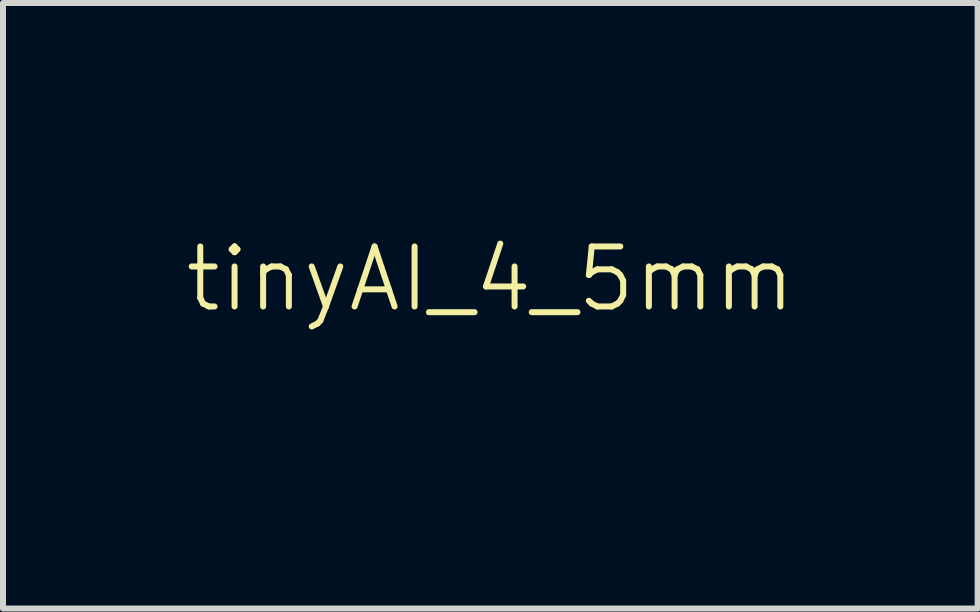
<source format=kicad_pcb>
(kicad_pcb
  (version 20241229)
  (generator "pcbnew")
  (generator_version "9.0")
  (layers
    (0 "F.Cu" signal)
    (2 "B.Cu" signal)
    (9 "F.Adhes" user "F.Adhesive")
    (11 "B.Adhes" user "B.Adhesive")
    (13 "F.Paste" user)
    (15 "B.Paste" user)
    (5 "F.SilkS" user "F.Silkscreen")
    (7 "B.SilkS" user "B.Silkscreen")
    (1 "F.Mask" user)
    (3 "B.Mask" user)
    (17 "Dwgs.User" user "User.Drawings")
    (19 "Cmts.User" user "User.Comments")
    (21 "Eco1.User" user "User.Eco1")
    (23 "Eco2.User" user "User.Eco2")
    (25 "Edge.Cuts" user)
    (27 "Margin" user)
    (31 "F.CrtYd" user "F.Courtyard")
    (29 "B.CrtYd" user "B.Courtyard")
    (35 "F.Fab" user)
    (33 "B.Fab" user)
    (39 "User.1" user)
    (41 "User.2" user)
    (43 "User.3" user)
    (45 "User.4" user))
  (footprint "tinyAI_4_5mm"
    (layer "F.Cu")
    (at 5.121 2.1)
    (property "Reference" "tinyAI_4_5mm" (at 0 -0.5 0) (unlocked yes) (layer "F.SilkS") (effects (font (size 1 1) (thickness 0.1))))
    (attr board_only exclude_from_pos_files exclude_from_bom)
    (fp_poly (pts (xy 0.005 -0.609) (xy -0.552 -1.574) (xy 0.562 -1.574)) (stroke (width 0) (type solid)) (fill yes) (layer "F.Mask"))
    (fp_poly (pts (xy -4.186 1.643) (xy -4.303 1.643) (xy -4.303 0.661) (xy -4.186 0.661)) (stroke (width 0) (type solid)) (fill yes) (layer "F.Mask"))
    (fp_poly (pts (xy -4.178 0.454) (xy -4.313 0.454) (xy -4.313 0.315) (xy -4.178 0.315)) (stroke (width 0) (type solid)) (fill yes) (layer "F.Mask"))
    (fp_poly (pts (xy -0.896 0.578) (xy -1.185 0.578) (xy -1.185 0.289) (xy -0.896 0.289)) (stroke (width 0) (type solid)) (fill yes) (layer "F.Mask"))
    (fp_poly (pts (xy -0.896 1.643) (xy -1.185 1.643) (xy -1.185 0.661) (xy -0.896 0.661)) (stroke (width 0) (type solid)) (fill yes) (layer "F.Mask"))
    (fp_poly (pts (xy 0.574 0.578) (xy 0.285 0.578) (xy 0.285 0.289) (xy 0.574 0.289)) (stroke (width 0) (type solid)) (fill yes) (layer "F.Mask"))
    (fp_poly (pts (xy 0.574 1.643) (xy 0.285 1.643) (xy 0.285 0.661) (xy 0.574 0.661)) (stroke (width 0) (type solid)) (fill yes) (layer "F.Mask"))
    (fp_poly (pts (xy 3.26 1.643) (xy 2.959 1.643) (xy 2.959 1.343) (xy 3.26 1.343)) (stroke (width 0) (type solid)) (fill yes) (layer "F.Mask"))
    (fp_poly (pts (xy 4.852 0.578) (xy 4.563 0.578) (xy 4.563 0.289) (xy 4.852 0.289)) (stroke (width 0) (type solid)) (fill yes) (layer "F.Mask"))
    (fp_poly (pts (xy 4.852 1.643) (xy 4.563 1.643) (xy 4.563 0.661) (xy 4.852 0.661)) (stroke (width 0) (type solid)) (fill yes) (layer "F.Mask"))
    (fp_poly (pts (xy -1.717 1.283) (xy -1.524 0.661) (xy -1.309 0.661) (xy -1.646 1.643) (xy -1.871 1.643) (xy -2.207 0.661) (xy -1.907 0.661)) (stroke (width 0) (type solid)) (fill yes) (layer "F.Mask"))
    (fp_poly (pts (xy 0.063 -2.004) (xy 0.167 -1.991) (xy 0.274 -1.967) (xy 0.383 -1.93) (xy 0.495 -1.88) (xy 0.61 -1.815) (xy 0.726 -1.735) (xy 0.845 -1.638) (xy 0.966 -1.524) (xy 1.088 -1.392) (xy 1.212 -1.241) (xy 1.159 -1.169) (xy 1.095 -1.091) (xy 1.008 -0.995) (xy 0.901 -0.889) (xy 0.774 -0.78) (xy 0.703 -0.727) (xy 0.629 -0.676) (xy 0.55 -0.629) (xy 0.468 -0.585) (xy 0.382 -0.547) (xy 0.292 -0.515) (xy 0.199 -0.49) (xy 0.104 -0.473) (xy 0.005 -0.464) (xy -0.096 -0.466) (xy -0.199 -0.479) (xy -0.305 -0.503) (xy -0.412 -0.541) (xy -0.522 -0.592) (xy -0.633 -0.657) (xy -0.745 -0.739) (xy -0.858 -0.837) (xy -0.972 -0.953) (xy -1.087 -1.087) (xy -1.203 -1.241) (xy -1.154 -1.311) (xy -1.094 -1.388) (xy -1.013 -1.483) (xy -0.911 -1.587) (xy -0.79 -1.695) (xy -0.722 -1.747) (xy -0.65 -1.797) (xy -0.574 -1.844) (xy -0.494 -1.886) (xy -0.41 -1.924) (xy -0.323 -1.956) (xy -0.231 -1.98) (xy -0.137 -1.997) (xy -0.039 -2.005)) (stroke (width 0.189) (type solid) (color 133 140 146 1)) (fill no) (layer "F.Mask"))
    (fp_poly (pts (xy -2.608 1.466) (xy -2.313 0.661) (xy -2.203 0.661) (xy -2.604 1.749) (xy -2.616 1.78) (xy -2.629 1.809) (xy -2.642 1.836) (xy -2.656 1.86) (xy -2.671 1.882) (xy -2.686 1.902) (xy -2.694 1.911) (xy -2.702 1.92) (xy -2.711 1.928) (xy -2.719 1.935) (xy -2.728 1.943) (xy -2.737 1.949) (xy -2.747 1.955) (xy -2.756 1.961) (xy -2.766 1.966) (xy -2.777 1.971) (xy -2.787 1.975) (xy -2.798 1.978) (xy -2.809 1.982) (xy -2.82 1.984) (xy -2.832 1.987) (xy -2.844 1.989) (xy -2.869 1.991) (xy -2.895 1.992) (xy -2.909 1.992) (xy -2.923 1.991) (xy -2.929 1.991) (xy -2.936 1.99) (xy -2.942 1.989) (xy -2.949 1.988) (xy -2.956 1.987) (xy -2.963 1.986) (xy -2.978 1.983) (xy -2.994 1.979) (xy -3.012 1.974) (xy -3.012 1.876) (xy -2.993 1.881) (xy -2.977 1.885) (xy -2.962 1.888) (xy -2.948 1.891) (xy -2.935 1.892) (xy -2.923 1.894) (xy -2.911 1.894) (xy -2.899 1.894) (xy -2.89 1.894) (xy -2.882 1.894) (xy -2.874 1.893) (xy -2.866 1.892) (xy -2.858 1.891) (xy -2.851 1.889) (xy -2.843 1.887) (xy -2.836 1.884) (xy -2.829 1.882) (xy -2.822 1.879) (xy -2.815 1.875) (xy -2.809 1.871) (xy -2.802 1.867) (xy -2.796 1.863) (xy -2.79 1.858) (xy -2.784 1.853) (xy -2.778 1.847) (xy -2.772 1.841) (xy -2.766 1.835) (xy -2.761 1.828) (xy -2.755 1.821) (xy -2.75 1.814) (xy -2.74 1.798) (xy -2.73 1.78) (xy -2.72 1.761) (xy -2.711 1.74) (xy -2.701 1.717) (xy -2.668 1.627) (xy -3 0.661) (xy -2.877 0.661)) (stroke (width 0) (type solid)) (fill yes) (layer "F.Mask"))
    (fp_poly (pts (xy -4.76 0.661) (xy -4.529 0.661) (xy -4.529 0.755) (xy -4.76 0.755) (xy -4.76 1.366) (xy -4.759 1.394) (xy -4.757 1.42) (xy -4.754 1.444) (xy -4.752 1.455) (xy -4.75 1.465) (xy -4.747 1.475) (xy -4.744 1.484) (xy -4.741 1.493) (xy -4.737 1.502) (xy -4.733 1.509) (xy -4.729 1.517) (xy -4.724 1.524) (xy -4.719 1.53) (xy -4.713 1.536) (xy -4.707 1.542) (xy -4.701 1.547) (xy -4.694 1.552) (xy -4.687 1.556) (xy -4.68 1.56) (xy -4.671 1.563) (xy -4.663 1.567) (xy -4.654 1.569) (xy -4.645 1.571) (xy -4.635 1.573) (xy -4.624 1.575) (xy -4.602 1.577) (xy -4.578 1.578) (xy -4.566 1.578) (xy -4.554 1.577) (xy -4.542 1.577) (xy -4.529 1.576) (xy -4.516 1.574) (xy -4.501 1.573) (xy -4.485 1.57) (xy -4.467 1.568) (xy -4.467 1.661) (xy -4.492 1.665) (xy -4.514 1.667) (xy -4.533 1.669) (xy -4.55 1.671) (xy -4.566 1.672) (xy -4.579 1.673) (xy -4.592 1.673) (xy -4.604 1.673) (xy -4.621 1.673) (xy -4.638 1.672) (xy -4.654 1.671) (xy -4.669 1.669) (xy -4.684 1.666) (xy -4.698 1.663) (xy -4.712 1.659) (xy -4.725 1.654) (xy -4.738 1.649) (xy -4.75 1.644) (xy -4.761 1.637) (xy -4.772 1.631) (xy -4.782 1.623) (xy -4.792 1.615) (xy -4.801 1.606) (xy -4.81 1.597) (xy -4.818 1.587) (xy -4.826 1.577) (xy -4.833 1.565) (xy -4.84 1.554) (xy -4.846 1.541) (xy -4.851 1.528) (xy -4.856 1.514) (xy -4.861 1.5) (xy -4.864 1.485) (xy -4.868 1.47) (xy -4.871 1.453) (xy -4.873 1.436) (xy -4.875 1.419) (xy -4.876 1.401) (xy -4.877 1.362) (xy -4.877 0.755) (xy -5.076 0.755) (xy -5.076 0.661) (xy -4.885 0.661) (xy -4.885 0.418) (xy -4.76 0.406)) (stroke (width 0) (type solid)) (fill yes) (layer "F.Mask"))
    (fp_poly (pts (xy -3.412 0.634) (xy -3.391 0.636) (xy -3.371 0.638) (xy -3.352 0.642) (xy -3.333 0.647) (xy -3.315 0.653) (xy -3.297 0.66) (xy -3.28 0.668) (xy -3.264 0.677) (xy -3.248 0.687) (xy -3.234 0.699) (xy -3.22 0.711) (xy -3.207 0.724) (xy -3.195 0.738) (xy -3.184 0.753) (xy -3.174 0.769) (xy -3.167 0.78) (xy -3.161 0.791) (xy -3.156 0.804) (xy -3.15 0.816) (xy -3.146 0.83) (xy -3.142 0.844) (xy -3.138 0.858) (xy -3.134 0.874) (xy -3.131 0.89) (xy -3.129 0.906) (xy -3.127 0.924) (xy -3.125 0.942) (xy -3.124 0.96) (xy -3.123 0.98) (xy -3.122 1.001) (xy -3.122 1.022) (xy -3.122 1.643) (xy -3.239 1.643) (xy -3.239 1.02) (xy -3.24 0.984) (xy -3.242 0.95) (xy -3.246 0.919) (xy -3.252 0.891) (xy -3.259 0.865) (xy -3.263 0.852) (xy -3.267 0.841) (xy -3.272 0.83) (xy -3.277 0.82) (xy -3.283 0.81) (xy -3.289 0.801) (xy -3.296 0.792) (xy -3.302 0.784) (xy -3.31 0.777) (xy -3.318 0.77) (xy -3.326 0.764) (xy -3.334 0.758) (xy -3.343 0.753) (xy -3.353 0.748) (xy -3.363 0.744) (xy -3.373 0.741) (xy -3.384 0.738) (xy -3.395 0.735) (xy -3.407 0.733) (xy -3.419 0.732) (xy -3.445 0.731) (xy -3.461 0.731) (xy -3.478 0.733) (xy -3.494 0.735) (xy -3.509 0.738) (xy -3.525 0.742) (xy -3.54 0.747) (xy -3.554 0.752) (xy -3.569 0.759) (xy -3.582 0.766) (xy -3.596 0.774) (xy -3.609 0.782) (xy -3.621 0.792) (xy -3.633 0.802) (xy -3.645 0.812) (xy -3.656 0.824) (xy -3.666 0.836) (xy -3.676 0.848) (xy -3.686 0.862) (xy -3.695 0.876) (xy -3.703 0.89) (xy -3.711 0.905) (xy -3.718 0.921) (xy -3.725 0.937) (xy -3.73 0.954) (xy -3.736 0.971) (xy -3.74 0.988) (xy -3.744 1.007) (xy -3.748 1.025) (xy -3.75 1.044) (xy -3.752 1.064) (xy -3.753 1.083) (xy -3.753 1.103) (xy -3.753 1.643) (xy -3.871 1.643) (xy -3.871 0.661) (xy -3.753 0.661) (xy -3.753 0.846) (xy -3.739 0.82) (xy -3.724 0.796) (xy -3.709 0.773) (xy -3.692 0.752) (xy -3.684 0.742) (xy -3.675 0.733) (xy -3.666 0.724) (xy -3.657 0.715) (xy -3.648 0.707) (xy -3.639 0.699) (xy -3.629 0.692) (xy -3.619 0.685) (xy -3.609 0.679) (xy -3.599 0.673) (xy -3.588 0.668) (xy -3.578 0.662) (xy -3.567 0.658) (xy -3.556 0.653) (xy -3.545 0.65) (xy -3.533 0.646) (xy -3.521 0.643) (xy -3.509 0.641) (xy -3.497 0.638) (xy -3.485 0.636) (xy -3.459 0.634) (xy -3.433 0.633)) (stroke (width 0) (type solid)) (fill yes) (layer "F.Mask"))
    (fp_poly (pts (xy 0.039 -1.916) (xy 0.073 -1.913) (xy 0.107 -1.909) (xy 0.14 -1.903) (xy 0.172 -1.896) (xy 0.204 -1.887) (xy 0.235 -1.876) (xy 0.266 -1.864) (xy 0.295 -1.851) (xy 0.324 -1.836) (xy 0.352 -1.82) (xy 0.38 -1.802) (xy 0.406 -1.783) (xy 0.431 -1.764) (xy 0.456 -1.742) (xy 0.479 -1.72) (xy 0.501 -1.697) (xy 0.522 -1.673) (xy 0.542 -1.647) (xy 0.561 -1.621) (xy 0.578 -1.594) (xy 0.594 -1.566) (xy 0.609 -1.537) (xy 0.623 -1.507) (xy 0.635 -1.477) (xy 0.645 -1.445) (xy 0.654 -1.414) (xy 0.662 -1.381) (xy 0.668 -1.348) (xy 0.672 -1.314) (xy 0.675 -1.28) (xy 0.675 -1.246) (xy 0.675 -1.211) (xy 0.672 -1.177) (xy 0.668 -1.144) (xy 0.662 -1.111) (xy 0.654 -1.078) (xy 0.645 -1.046) (xy 0.635 -1.015) (xy 0.623 -0.985) (xy 0.609 -0.955) (xy 0.594 -0.926) (xy 0.578 -0.898) (xy 0.561 -0.871) (xy 0.542 -0.844) (xy 0.522 -0.819) (xy 0.501 -0.795) (xy 0.479 -0.771) (xy 0.456 -0.749) (xy 0.431 -0.728) (xy 0.406 -0.708) (xy 0.38 -0.69) (xy 0.352 -0.672) (xy 0.324 -0.656) (xy 0.295 -0.641) (xy 0.266 -0.628) (xy 0.235 -0.616) (xy 0.204 -0.605) (xy 0.172 -0.596) (xy 0.14 -0.589) (xy 0.107 -0.583) (xy 0.073 -0.578) (xy 0.039 -0.576) (xy 0.005 -0.575) (xy -0.03 -0.576) (xy -0.064 -0.578) (xy -0.098 -0.583) (xy -0.131 -0.589) (xy -0.163 -0.596) (xy -0.195 -0.605) (xy -0.226 -0.616) (xy -0.257 -0.628) (xy -0.286 -0.641) (xy -0.315 -0.656) (xy -0.343 -0.672) (xy -0.371 -0.69) (xy -0.397 -0.708) (xy -0.422 -0.728) (xy -0.447 -0.749) (xy -0.47 -0.771) (xy -0.492 -0.795) (xy -0.513 -0.819) (xy -0.533 -0.844) (xy -0.552 -0.871) (xy -0.569 -0.898) (xy -0.585 -0.926) (xy -0.6 -0.955) (xy -0.614 -0.985) (xy -0.626 -1.015) (xy -0.636 -1.046) (xy -0.645 -1.078) (xy -0.653 -1.111) (xy -0.659 -1.144) (xy -0.663 -1.177) (xy -0.665 -1.211) (xy -0.666 -1.246) (xy -0.665 -1.28) (xy -0.663 -1.314) (xy -0.659 -1.348) (xy -0.653 -1.381) (xy -0.645 -1.414) (xy -0.636 -1.445) (xy -0.626 -1.477) (xy -0.614 -1.507) (xy -0.6 -1.537) (xy -0.585 -1.566) (xy -0.569 -1.594) (xy -0.552 -1.621) (xy -0.533 -1.647) (xy -0.513 -1.673) (xy -0.492 -1.697) (xy -0.47 -1.72) (xy -0.447 -1.742) (xy -0.422 -1.764) (xy -0.397 -1.783) (xy -0.371 -1.802) (xy -0.343 -1.82) (xy -0.315 -1.836) (xy -0.286 -1.851) (xy -0.257 -1.864) (xy -0.226 -1.876) (xy -0.195 -1.887) (xy -0.163 -1.896) (xy -0.131 -1.903) (xy -0.098 -1.909) (xy -0.064 -1.913) (xy -0.03 -1.916) (xy 0.005 -1.917)) (stroke (width 0) (type solid)) (fill yes) (layer "F.Mask"))
    (fp_poly (pts (xy 0.039 -1.916) (xy 0.073 -1.913) (xy 0.107 -1.909) (xy 0.14 -1.903) (xy 0.172 -1.896) (xy 0.204 -1.887) (xy 0.235 -1.876) (xy 0.266 -1.864) (xy 0.295 -1.851) (xy 0.324 -1.836) (xy 0.352 -1.82) (xy 0.38 -1.802) (xy 0.406 -1.783) (xy 0.431 -1.764) (xy 0.456 -1.742) (xy 0.479 -1.72) (xy 0.501 -1.697) (xy 0.522 -1.673) (xy 0.542 -1.647) (xy 0.561 -1.621) (xy 0.578 -1.594) (xy 0.594 -1.566) (xy 0.609 -1.537) (xy 0.623 -1.507) (xy 0.635 -1.477) (xy 0.645 -1.445) (xy 0.654 -1.414) (xy 0.662 -1.381) (xy 0.668 -1.348) (xy 0.672 -1.314) (xy 0.675 -1.28) (xy 0.675 -1.246) (xy 0.675 -1.211) (xy 0.672 -1.177) (xy 0.668 -1.144) (xy 0.662 -1.111) (xy 0.654 -1.078) (xy 0.645 -1.046) (xy 0.635 -1.015) (xy 0.623 -0.985) (xy 0.609 -0.955) (xy 0.594 -0.926) (xy 0.578 -0.898) (xy 0.561 -0.871) (xy 0.542 -0.844) (xy 0.522 -0.819) (xy 0.501 -0.795) (xy 0.479 -0.771) (xy 0.456 -0.749) (xy 0.431 -0.728) (xy 0.406 -0.708) (xy 0.38 -0.69) (xy 0.352 -0.672) (xy 0.324 -0.656) (xy 0.295 -0.641) (xy 0.266 -0.628) (xy 0.235 -0.616) (xy 0.204 -0.605) (xy 0.172 -0.596) (xy 0.14 -0.589) (xy 0.107 -0.583) (xy 0.073 -0.578) (xy 0.039 -0.576) (xy 0.005 -0.575) (xy -0.03 -0.576) (xy -0.064 -0.578) (xy -0.098 -0.583) (xy -0.131 -0.589) (xy -0.163 -0.596) (xy -0.195 -0.605) (xy -0.226 -0.616) (xy -0.257 -0.628) (xy -0.286 -0.641) (xy -0.315 -0.656) (xy -0.343 -0.672) (xy -0.371 -0.69) (xy -0.397 -0.708) (xy -0.422 -0.728) (xy -0.447 -0.749) (xy -0.47 -0.771) (xy -0.492 -0.795) (xy -0.513 -0.819) (xy -0.533 -0.844) (xy -0.552 -0.871) (xy -0.569 -0.898) (xy -0.585 -0.926) (xy -0.6 -0.955) (xy -0.614 -0.985) (xy -0.626 -1.015) (xy -0.636 -1.046) (xy -0.645 -1.078) (xy -0.653 -1.111) (xy -0.659 -1.144) (xy -0.663 -1.177) (xy -0.665 -1.211) (xy -0.666 -1.246) (xy -0.665 -1.28) (xy -0.663 -1.314) (xy -0.659 -1.348) (xy -0.653 -1.381) (xy -0.645 -1.414) (xy -0.636 -1.445) (xy -0.626 -1.477) (xy -0.614 -1.507) (xy -0.6 -1.537) (xy -0.585 -1.566) (xy -0.569 -1.594) (xy -0.552 -1.621) (xy -0.533 -1.647) (xy -0.513 -1.673) (xy -0.492 -1.697) (xy -0.47 -1.72) (xy -0.447 -1.742) (xy -0.422 -1.764) (xy -0.397 -1.783) (xy -0.371 -1.802) (xy -0.343 -1.82) (xy -0.315 -1.836) (xy -0.286 -1.851) (xy -0.257 -1.864) (xy -0.226 -1.876) (xy -0.195 -1.887) (xy -0.163 -1.896) (xy -0.131 -1.903) (xy -0.098 -1.909) (xy -0.064 -1.913) (xy -0.03 -1.916) (xy 0.005 -1.917)) (stroke (width 0.189) (type solid) (color 133 140 146 1)) (fill no) (layer "F.Mask"))
    (fp_poly (pts (xy 2.453 0.642) (xy 2.471 0.643) (xy 2.489 0.645) (xy 2.506 0.648) (xy 2.523 0.651) (xy 2.539 0.655) (xy 2.555 0.66) (xy 2.57 0.666) (xy 2.585 0.672) (xy 2.599 0.68) (xy 2.612 0.687) (xy 2.624 0.696) (xy 2.636 0.705) (xy 2.648 0.715) (xy 2.658 0.726) (xy 2.668 0.737) (xy 2.676 0.748) (xy 2.684 0.76) (xy 2.691 0.772) (xy 2.698 0.785) (xy 2.703 0.799) (xy 2.709 0.813) (xy 2.714 0.828) (xy 2.718 0.845) (xy 2.722 0.862) (xy 2.725 0.88) (xy 2.728 0.899) (xy 2.73 0.92) (xy 2.732 0.941) (xy 2.733 0.964) (xy 2.733 0.988) (xy 2.734 1.014) (xy 2.734 1.643) (xy 2.445 1.643) (xy 2.445 1.092) (xy 2.445 1.056) (xy 2.444 1.027) (xy 2.443 1.004) (xy 2.442 0.985) (xy 2.441 0.976) (xy 2.44 0.969) (xy 2.438 0.962) (xy 2.436 0.955) (xy 2.434 0.949) (xy 2.432 0.943) (xy 2.427 0.93) (xy 2.425 0.926) (xy 2.423 0.923) (xy 2.421 0.919) (xy 2.419 0.916) (xy 2.417 0.913) (xy 2.415 0.909) (xy 2.412 0.906) (xy 2.41 0.903) (xy 2.407 0.9) (xy 2.404 0.898) (xy 2.402 0.895) (xy 2.399 0.892) (xy 2.396 0.89) (xy 2.393 0.888) (xy 2.389 0.885) (xy 2.386 0.883) (xy 2.383 0.881) (xy 2.379 0.879) (xy 2.375 0.878) (xy 2.372 0.876) (xy 2.368 0.875) (xy 2.364 0.873) (xy 2.36 0.872) (xy 2.356 0.871) (xy 2.352 0.87) (xy 2.348 0.869) (xy 2.344 0.868) (xy 2.339 0.868) (xy 2.335 0.867) (xy 2.33 0.867) (xy 2.326 0.866) (xy 2.321 0.866) (xy 2.312 0.867) (xy 2.303 0.867) (xy 2.294 0.868) (xy 2.286 0.87) (xy 2.278 0.872) (xy 2.27 0.875) (xy 2.263 0.878) (xy 2.255 0.881) (xy 2.248 0.885) (xy 2.242 0.889) (xy 2.235 0.894) (xy 2.229 0.899) (xy 2.223 0.905) (xy 2.217 0.911) (xy 2.212 0.917) (xy 2.207 0.924) (xy 2.202 0.932) (xy 2.198 0.94) (xy 2.194 0.948) (xy 2.19 0.956) (xy 2.187 0.965) (xy 2.183 0.975) (xy 2.18 0.985) (xy 2.178 0.995) (xy 2.175 1.006) (xy 2.173 1.017) (xy 2.172 1.028) (xy 2.17 1.04) (xy 2.169 1.052) (xy 2.168 1.065) (xy 2.168 1.078) (xy 2.168 1.092) (xy 2.168 1.643) (xy 1.879 1.643) (xy 1.879 0.661) (xy 2.148 0.661) (xy 2.148 0.827) (xy 2.163 0.801) (xy 2.179 0.777) (xy 2.194 0.756) (xy 2.209 0.737) (xy 2.224 0.72) (xy 2.231 0.712) (xy 2.239 0.705) (xy 2.247 0.698) (xy 2.255 0.692) (xy 2.263 0.686) (xy 2.271 0.68) (xy 2.28 0.675) (xy 2.288 0.67) (xy 2.297 0.666) (xy 2.306 0.662) (xy 2.315 0.659) (xy 2.324 0.655) (xy 2.334 0.653) (xy 2.344 0.65) (xy 2.354 0.648) (xy 2.364 0.646) (xy 2.386 0.643) (xy 2.41 0.642) (xy 2.435 0.641)) (stroke (width 0) (type solid)) (fill yes) (layer "F.Mask"))
    (fp_poly (pts (xy 1.248 0.642) (xy 1.274 0.644) (xy 1.3 0.647) (xy 1.324 0.651) (xy 1.348 0.656) (xy 1.372 0.662) (xy 1.395 0.669) (xy 1.417 0.678) (xy 1.438 0.687) (xy 1.459 0.698) (xy 1.479 0.709) (xy 1.498 0.722) (xy 1.517 0.735) (xy 1.534 0.75) (xy 1.551 0.765) (xy 1.567 0.782) (xy 1.582 0.799) (xy 1.597 0.817) (xy 1.61 0.836) (xy 1.623 0.856) (xy 1.634 0.877) (xy 1.645 0.898) (xy 1.655 0.921) (xy 1.664 0.944) (xy 1.671 0.968) (xy 1.678 0.992) (xy 1.684 1.018) (xy 1.689 1.044) (xy 1.693 1.071) (xy 1.695 1.098) (xy 1.697 1.126) (xy 1.698 1.155) (xy 1.697 1.183) (xy 1.695 1.211) (xy 1.693 1.237) (xy 1.689 1.263) (xy 1.684 1.289) (xy 1.678 1.314) (xy 1.671 1.338) (xy 1.663 1.362) (xy 1.654 1.384) (xy 1.644 1.406) (xy 1.633 1.428) (xy 1.621 1.448) (xy 1.608 1.468) (xy 1.595 1.487) (xy 1.58 1.505) (xy 1.565 1.522) (xy 1.549 1.538) (xy 1.532 1.554) (xy 1.514 1.568) (xy 1.496 1.582) (xy 1.476 1.594) (xy 1.456 1.606) (xy 1.436 1.617) (xy 1.414 1.626) (xy 1.392 1.635) (xy 1.37 1.642) (xy 1.346 1.649) (xy 1.323 1.654) (xy 1.298 1.658) (xy 1.273 1.661) (xy 1.248 1.663) (xy 1.221 1.663) (xy 1.194 1.663) (xy 1.168 1.661) (xy 1.143 1.658) (xy 1.118 1.654) (xy 1.094 1.649) (xy 1.071 1.643) (xy 1.049 1.635) (xy 1.028 1.627) (xy 1.007 1.617) (xy 0.987 1.606) (xy 0.967 1.594) (xy 0.949 1.58) (xy 0.93 1.565) (xy 0.913 1.549) (xy 0.895 1.532) (xy 0.879 1.514) (xy 0.864 1.495) (xy 0.85 1.476) (xy 0.837 1.456) (xy 0.825 1.436) (xy 0.814 1.416) (xy 0.804 1.394) (xy 0.795 1.373) (xy 0.787 1.351) (xy 0.78 1.328) (xy 0.774 1.304) (xy 0.769 1.28) (xy 0.764 1.254) (xy 0.761 1.228) (xy 0.759 1.202) (xy 0.758 1.174) (xy 0.757 1.145) (xy 0.758 1.127) (xy 1.062 1.127) (xy 1.063 1.172) (xy 1.064 1.213) (xy 1.067 1.25) (xy 1.071 1.285) (xy 1.077 1.316) (xy 1.083 1.345) (xy 1.091 1.37) (xy 1.101 1.393) (xy 1.111 1.412) (xy 1.117 1.421) (xy 1.123 1.429) (xy 1.13 1.436) (xy 1.137 1.443) (xy 1.144 1.449) (xy 1.152 1.454) (xy 1.16 1.459) (xy 1.169 1.463) (xy 1.177 1.466) (xy 1.187 1.469) (xy 1.206 1.473) (xy 1.227 1.474) (xy 1.238 1.474) (xy 1.248 1.473) (xy 1.258 1.472) (xy 1.267 1.47) (xy 1.276 1.467) (xy 1.285 1.464) (xy 1.293 1.46) (xy 1.301 1.456) (xy 1.309 1.451) (xy 1.316 1.445) (xy 1.323 1.439) (xy 1.33 1.432) (xy 1.336 1.425) (xy 1.342 1.417) (xy 1.347 1.408) (xy 1.353 1.399) (xy 1.358 1.389) (xy 1.362 1.379) (xy 1.366 1.367) (xy 1.37 1.356) (xy 1.374 1.343) (xy 1.377 1.33) (xy 1.38 1.316) (xy 1.383 1.302) (xy 1.385 1.287) (xy 1.387 1.271) (xy 1.389 1.254) (xy 1.39 1.237) (xy 1.391 1.219) (xy 1.392 1.201) (xy 1.393 1.161) (xy 1.392 1.118) (xy 1.391 1.078) (xy 1.388 1.042) (xy 1.384 1.009) (xy 1.379 0.979) (xy 1.372 0.952) (xy 1.364 0.927) (xy 1.355 0.906) (xy 1.345 0.888) (xy 1.339 0.88) (xy 1.333 0.872) (xy 1.326 0.865) (xy 1.319 0.859) (xy 1.312 0.854) (xy 1.305 0.849) (xy 1.297 0.844) (xy 1.288 0.841) (xy 1.279 0.837) (xy 1.27 0.835) (xy 1.251 0.832) (xy 1.229 0.831) (xy 1.219 0.831) (xy 1.208 0.832) (xy 1.198 0.833) (xy 1.188 0.835) (xy 1.179 0.837) (xy 1.17 0.84) (xy 1.162 0.843) (xy 1.154 0.848) (xy 1.146 0.852) (xy 1.139 0.857) (xy 1.132 0.863) (xy 1.125 0.869) (xy 1.119 0.876) (xy 1.113 0.884) (xy 1.107 0.892) (xy 1.102 0.901) (xy 1.097 0.91) (xy 1.092 0.92) (xy 1.088 0.93) (xy 1.084 0.942) (xy 1.08 0.953) (xy 1.077 0.966) (xy 1.074 0.979) (xy 1.072 0.993) (xy 1.069 1.007) (xy 1.067 1.022) (xy 1.066 1.038) (xy 1.064 1.055) (xy 1.063 1.072) (xy 1.063 1.09) (xy 1.062 1.127) (xy 0.758 1.127) (xy 0.758 1.117) (xy 0.759 1.09) (xy 0.762 1.063) (xy 0.766 1.037) (xy 0.771 1.012) (xy 0.776 0.987) (xy 0.783 0.963) (xy 0.791 0.94) (xy 0.8 0.917) (xy 0.809 0.895) (xy 0.82 0.874) (xy 0.831 0.854) (xy 0.843 0.834) (xy 0.857 0.815) (xy 0.871 0.798) (xy 0.886 0.78) (xy 0.901 0.764) (xy 0.918 0.749) (xy 0.935 0.735) (xy 0.953 0.721) (xy 0.972 0.709) (xy 0.991 0.698) (xy 1.011 0.687) (xy 1.032 0.678) (xy 1.054 0.669) (xy 1.076 0.662) (xy 1.099 0.656) (xy 1.122 0.651) (xy 1.146 0.647) (xy 1.171 0.644) (xy 1.196 0.642) (xy 1.221 0.641)) (stroke (width 0) (type solid)) (fill yes) (layer "F.Mask"))
    (fp_poly (pts (xy 3.947 0.642) (xy 3.975 0.643) (xy 4.003 0.646) (xy 4.031 0.65) (xy 4.057 0.654) (xy 4.082 0.66) (xy 4.106 0.666) (xy 4.129 0.674) (xy 4.151 0.682) (xy 4.172 0.692) (xy 4.192 0.702) (xy 4.21 0.713) (xy 4.227 0.725) (xy 4.243 0.737) (xy 4.257 0.751) (xy 4.27 0.765) (xy 4.277 0.775) (xy 4.284 0.785) (xy 4.29 0.795) (xy 4.296 0.806) (xy 4.301 0.818) (xy 4.305 0.83) (xy 4.309 0.842) (xy 4.312 0.856) (xy 4.315 0.871) (xy 4.318 0.887) (xy 4.32 0.904) (xy 4.321 0.923) (xy 4.322 0.943) (xy 4.323 0.965) (xy 4.323 0.99) (xy 4.324 1.016) (xy 4.324 1.46) (xy 4.324 1.496) (xy 4.324 1.525) (xy 4.325 1.548) (xy 4.326 1.567) (xy 4.327 1.575) (xy 4.328 1.584) (xy 4.329 1.593) (xy 4.331 1.601) (xy 4.336 1.62) (xy 4.341 1.643) (xy 4.061 1.643) (xy 4.053 1.604) (xy 4.051 1.589) (xy 4.049 1.575) (xy 4.048 1.562) (xy 4.047 1.549) (xy 4.047 1.534) (xy 4.047 1.516) (xy 4.047 1.513) (xy 4.047 1.51) (xy 4.047 1.507) (xy 4.047 1.503) (xy 4.047 1.499) (xy 4.048 1.497) (xy 4.048 1.494) (xy 4.048 1.492) (xy 4.049 1.49) (xy 4.031 1.513) (xy 4.013 1.535) (xy 3.996 1.554) (xy 3.979 1.572) (xy 3.962 1.588) (xy 3.953 1.595) (xy 3.944 1.602) (xy 3.935 1.608) (xy 3.927 1.614) (xy 3.918 1.62) (xy 3.908 1.625) (xy 3.899 1.63) (xy 3.89 1.635) (xy 3.88 1.639) (xy 3.87 1.643) (xy 3.86 1.646) (xy 3.85 1.649) (xy 3.84 1.652) (xy 3.829 1.654) (xy 3.818 1.657) (xy 3.807 1.658) (xy 3.784 1.661) (xy 3.76 1.663) (xy 3.734 1.663) (xy 3.716 1.663) (xy 3.7 1.662) (xy 3.683 1.661) (xy 3.667 1.658) (xy 3.651 1.656) (xy 3.636 1.652) (xy 3.621 1.648) (xy 3.607 1.644) (xy 3.593 1.639) (xy 3.579 1.633) (xy 3.566 1.627) (xy 3.554 1.62) (xy 3.542 1.613) (xy 3.53 1.606) (xy 3.52 1.597) (xy 3.509 1.589) (xy 3.499 1.579) (xy 3.49 1.57) (xy 3.481 1.56) (xy 3.473 1.549) (xy 3.466 1.538) (xy 3.459 1.526) (xy 3.453 1.514) (xy 3.447 1.502) (xy 3.442 1.489) (xy 3.437 1.476) (xy 3.434 1.462) (xy 3.431 1.448) (xy 3.428 1.434) (xy 3.426 1.419) (xy 3.425 1.404) (xy 3.425 1.388) (xy 3.426 1.363) (xy 3.427 1.357) (xy 3.73 1.357) (xy 3.73 1.363) (xy 3.73 1.37) (xy 3.731 1.377) (xy 3.732 1.383) (xy 3.733 1.389) (xy 3.735 1.395) (xy 3.737 1.401) (xy 3.739 1.407) (xy 3.741 1.413) (xy 3.744 1.418) (xy 3.746 1.424) (xy 3.75 1.429) (xy 3.753 1.433) (xy 3.756 1.438) (xy 3.76 1.443) (xy 3.764 1.447) (xy 3.768 1.451) (xy 3.773 1.455) (xy 3.777 1.458) (xy 3.782 1.462) (xy 3.787 1.465) (xy 3.792 1.468) (xy 3.797 1.47) (xy 3.803 1.473) (xy 3.809 1.475) (xy 3.815 1.477) (xy 3.821 1.478) (xy 3.827 1.48) (xy 3.833 1.481) (xy 3.84 1.481) (xy 3.847 1.482) (xy 3.853 1.482) (xy 3.863 1.482) (xy 3.872 1.481) (xy 3.882 1.48) (xy 3.891 1.478) (xy 3.9 1.475) (xy 3.909 1.472) (xy 3.917 1.469) (xy 3.925 1.465) (xy 3.933 1.461) (xy 3.941 1.456) (xy 3.949 1.451) (xy 3.956 1.445) (xy 3.963 1.439) (xy 3.97 1.433) (xy 3.977 1.426) (xy 3.983 1.419) (xy 3.989 1.411) (xy 3.994 1.403) (xy 4 1.395) (xy 4.005 1.386) (xy 4.009 1.378) (xy 4.013 1.368) (xy 4.017 1.359) (xy 4.021 1.349) (xy 4.024 1.339) (xy 4.027 1.329) (xy 4.029 1.318) (xy 4.031 1.308) (xy 4.033 1.297) (xy 4.034 1.286) (xy 4.034 1.274) (xy 4.035 1.263) (xy 4.035 1.173) (xy 4.003 1.177) (xy 3.976 1.18) (xy 3.953 1.184) (xy 3.932 1.187) (xy 3.913 1.191) (xy 3.895 1.196) (xy 3.877 1.201) (xy 3.859 1.207) (xy 3.844 1.213) (xy 3.829 1.219) (xy 3.816 1.225) (xy 3.803 1.232) (xy 3.791 1.24) (xy 3.781 1.248) (xy 3.776 1.252) (xy 3.771 1.256) (xy 3.767 1.261) (xy 3.762 1.265) (xy 3.759 1.27) (xy 3.755 1.275) (xy 3.751 1.28) (xy 3.748 1.285) (xy 3.745 1.29) (xy 3.743 1.296) (xy 3.74 1.301) (xy 3.738 1.307) (xy 3.736 1.313) (xy 3.734 1.318) (xy 3.733 1.324) (xy 3.732 1.331) (xy 3.731 1.337) (xy 3.73 1.343) (xy 3.73 1.35) (xy 3.73 1.357) (xy 3.427 1.357) (xy 3.429 1.338) (xy 3.433 1.314) (xy 3.439 1.291) (xy 3.447 1.269) (xy 3.452 1.258) (xy 3.457 1.247) (xy 3.463 1.237) (xy 3.468 1.227) (xy 3.482 1.208) (xy 3.496 1.19) (xy 3.513 1.172) (xy 3.531 1.156) (xy 3.55 1.141) (xy 3.571 1.127) (xy 3.594 1.114) (xy 3.618 1.102) (xy 3.644 1.092) (xy 3.659 1.086) (xy 3.674 1.082) (xy 3.69 1.077) (xy 3.707 1.073) (xy 3.725 1.068) (xy 3.744 1.064) (xy 3.764 1.061) (xy 3.786 1.057) (xy 3.809 1.053) (xy 3.834 1.05) (xy 3.891 1.043) (xy 3.958 1.036) (xy 4.035 1.03) (xy 4.035 0.974) (xy 4.035 0.965) (xy 4.034 0.957) (xy 4.033 0.948) (xy 4.032 0.94) (xy 4.031 0.933) (xy 4.03 0.925) (xy 4.028 0.918) (xy 4.026 0.911) (xy 4.023 0.905) (xy 4.021 0.898) (xy 4.018 0.892) (xy 4.014 0.887) (xy 4.011 0.881) (xy 4.007 0.876) (xy 4.003 0.871) (xy 3.999 0.866) (xy 3.994 0.862) (xy 3.989 0.858) (xy 3.984 0.854) (xy 3.978 0.851) (xy 3.972 0.847) (xy 3.966 0.845) (xy 3.96 0.842) (xy 3.953 0.839) (xy 3.946 0.837) (xy 3.939 0.836) (xy 3.931 0.834) (xy 3.924 0.833) (xy 3.915 0.832) (xy 3.907 0.831) (xy 3.898 0.831) (xy 3.889 0.831) (xy 3.872 0.831) (xy 3.855 0.833) (xy 3.847 0.834) (xy 3.839 0.836) (xy 3.832 0.838) (xy 3.824 0.84) (xy 3.817 0.842) (xy 3.81 0.845) (xy 3.804 0.848) (xy 3.797 0.851) (xy 3.791 0.855) (xy 3.785 0.859) (xy 3.78 0.863) (xy 3.774 0.867) (xy 3.769 0.872) (xy 3.764 0.877) (xy 3.759 0.882) (xy 3.755 0.887) (xy 3.751 0.893) (xy 3.747 0.899) (xy 3.743 0.906) (xy 3.74 0.912) (xy 3.736 0.919) (xy 3.734 0.926) (xy 3.731 0.933) (xy 3.729 0.941) (xy 3.727 0.949) (xy 3.725 0.957) (xy 3.723 0.965) (xy 3.722 0.974) (xy 3.455 0.948) (xy 3.459 0.929) (xy 3.463 0.911) (xy 3.467 0.894) (xy 3.472 0.878) (xy 3.477 0.863) (xy 3.483 0.849) (xy 3.489 0.835) (xy 3.495 0.823) (xy 3.502 0.811) (xy 3.509 0.8) (xy 3.517 0.789) (xy 3.526 0.779) (xy 3.535 0.769) (xy 3.545 0.759) (xy 3.555 0.75) (xy 3.566 0.741) (xy 3.583 0.729) (xy 3.6 0.718) (xy 3.618 0.707) (xy 3.637 0.698) (xy 3.657 0.689) (xy 3.677 0.68) (xy 3.698 0.673) (xy 3.72 0.666) (xy 3.743 0.661) (xy 3.766 0.655) (xy 3.789 0.651) (xy 3.814 0.648) (xy 3.839 0.645) (xy 3.864 0.643) (xy 3.89 0.642) (xy 3.917 0.641)) (stroke (width 0) (type solid)) (fill yes) (layer "F.Mask"))
    (fp_poly (pts (xy -0.275 0.642) (xy -0.239 0.645) (xy -0.206 0.649) (xy -0.174 0.656) (xy -0.145 0.664) (xy -0.117 0.674) (xy -0.104 0.68) (xy -0.091 0.687) (xy -0.079 0.694) (xy -0.067 0.701) (xy -0.055 0.709) (xy -0.044 0.718) (xy -0.033 0.727) (xy -0.023 0.736) (xy -0.013 0.747) (xy -0.003 0.757) (xy 0.016 0.781) (xy 0.033 0.806) (xy 0.049 0.835) (xy 0.064 0.865) (xy 0.078 0.898) (xy -0.133 0.956) (xy -0.136 0.948) (xy -0.139 0.939) (xy -0.142 0.932) (xy -0.145 0.924) (xy -0.149 0.917) (xy -0.152 0.91) (xy -0.156 0.903) (xy -0.16 0.897) (xy -0.165 0.89) (xy -0.169 0.884) (xy -0.174 0.879) (xy -0.179 0.874) (xy -0.184 0.868) (xy -0.189 0.864) (xy -0.195 0.859) (xy -0.201 0.855) (xy -0.207 0.851) (xy -0.213 0.847) (xy -0.219 0.844) (xy -0.226 0.841) (xy -0.233 0.838) (xy -0.24 0.835) (xy -0.247 0.833) (xy -0.255 0.831) (xy -0.263 0.829) (xy -0.271 0.827) (xy -0.279 0.826) (xy -0.288 0.825) (xy -0.297 0.824) (xy -0.306 0.823) (xy -0.325 0.823) (xy -0.341 0.823) (xy -0.357 0.824) (xy -0.371 0.826) (xy -0.385 0.829) (xy -0.398 0.832) (xy -0.41 0.836) (xy -0.421 0.841) (xy -0.431 0.846) (xy -0.44 0.852) (xy -0.444 0.855) (xy -0.448 0.859) (xy -0.451 0.862) (xy -0.454 0.866) (xy -0.457 0.87) (xy -0.46 0.874) (xy -0.462 0.878) (xy -0.464 0.882) (xy -0.466 0.887) (xy -0.467 0.891) (xy -0.469 0.896) (xy -0.469 0.9) (xy -0.47 0.905) (xy -0.47 0.91) (xy -0.47 0.915) (xy -0.47 0.92) (xy -0.469 0.925) (xy -0.468 0.93) (xy -0.467 0.934) (xy -0.466 0.938) (xy -0.464 0.942) (xy -0.462 0.946) (xy -0.46 0.95) (xy -0.458 0.953) (xy -0.455 0.956) (xy -0.452 0.96) (xy -0.448 0.963) (xy -0.445 0.966) (xy -0.44 0.968) (xy -0.436 0.971) (xy -0.431 0.974) (xy -0.426 0.976) (xy -0.42 0.978) (xy -0.414 0.981) (xy -0.407 0.983) (xy -0.4 0.985) (xy -0.393 0.987) (xy -0.385 0.989) (xy -0.377 0.991) (xy -0.368 0.992) (xy -0.349 0.996) (xy -0.328 0.999) (xy -0.305 1.002) (xy -0.246 1.011) (xy -0.195 1.019) (xy -0.151 1.027) (xy -0.114 1.035) (xy -0.098 1.04) (xy -0.082 1.044) (xy -0.068 1.049) (xy -0.054 1.054) (xy -0.041 1.059) (xy -0.029 1.065) (xy -0.017 1.071) (xy -0.006 1.078) (xy 0.002 1.082) (xy 0.009 1.087) (xy 0.016 1.092) (xy 0.022 1.097) (xy 0.029 1.102) (xy 0.035 1.108) (xy 0.041 1.114) (xy 0.047 1.12) (xy 0.053 1.126) (xy 0.059 1.133) (xy 0.064 1.139) (xy 0.069 1.146) (xy 0.074 1.154) (xy 0.078 1.161) (xy 0.083 1.168) (xy 0.087 1.176) (xy 0.091 1.184) (xy 0.094 1.192) (xy 0.098 1.201) (xy 0.101 1.209) (xy 0.104 1.218) (xy 0.107 1.226) (xy 0.109 1.235) (xy 0.111 1.245) (xy 0.113 1.254) (xy 0.115 1.263) (xy 0.116 1.273) (xy 0.118 1.283) (xy 0.118 1.292) (xy 0.119 1.302) (xy 0.12 1.323) (xy 0.119 1.342) (xy 0.118 1.361) (xy 0.115 1.379) (xy 0.112 1.397) (xy 0.108 1.415) (xy 0.102 1.432) (xy 0.096 1.448) (xy 0.089 1.464) (xy 0.081 1.479) (xy 0.072 1.494) (xy 0.062 1.509) (xy 0.052 1.522) (xy 0.04 1.536) (xy 0.028 1.548) (xy 0.015 1.56) (xy 0.001 1.571) (xy -0.014 1.582) (xy -0.029 1.592) (xy -0.046 1.602) (xy -0.063 1.611) (xy -0.081 1.619) (xy -0.099 1.626) (xy -0.118 1.633) (xy -0.138 1.639) (xy -0.159 1.645) (xy -0.18 1.65) (xy -0.203 1.654) (xy -0.225 1.657) (xy -0.249 1.66) (xy -0.273 1.662) (xy -0.297 1.663) (xy -0.323 1.663) (xy -0.352 1.663) (xy -0.38 1.662) (xy -0.407 1.659) (xy -0.432 1.656) (xy -0.457 1.652) (xy -0.48 1.648) (xy -0.503 1.642) (xy -0.525 1.635) (xy -0.545 1.627) (xy -0.565 1.619) (xy -0.585 1.609) (xy -0.603 1.599) (xy -0.621 1.587) (xy -0.638 1.574) (xy -0.655 1.561) (xy -0.671 1.546) (xy -0.681 1.537) (xy -0.689 1.527) (xy -0.698 1.518) (xy -0.705 1.509) (xy -0.712 1.5) (xy -0.719 1.491) (xy -0.725 1.481) (xy -0.731 1.471) (xy -0.736 1.461) (xy -0.742 1.45) (xy -0.746 1.439) (xy -0.751 1.427) (xy -0.755 1.415) (xy -0.759 1.401) (xy -0.763 1.387) (xy -0.767 1.372) (xy -0.522 1.339) (xy -0.519 1.347) (xy -0.517 1.354) (xy -0.514 1.362) (xy -0.511 1.369) (xy -0.507 1.376) (xy -0.504 1.383) (xy -0.5 1.39) (xy -0.495 1.396) (xy -0.491 1.402) (xy -0.486 1.408) (xy -0.481 1.413) (xy -0.475 1.419) (xy -0.47 1.424) (xy -0.464 1.428) (xy -0.457 1.433) (xy -0.451 1.437) (xy -0.444 1.441) (xy -0.437 1.445) (xy -0.43 1.448) (xy -0.422 1.452) (xy -0.414 1.455) (xy -0.406 1.457) (xy -0.397 1.46) (xy -0.388 1.462) (xy -0.379 1.464) (xy -0.37 1.465) (xy -0.36 1.467) (xy -0.35 1.468) (xy -0.34 1.469) (xy -0.329 1.47) (xy -0.318 1.47) (xy -0.307 1.47) (xy -0.288 1.47) (xy -0.269 1.468) (xy -0.252 1.466) (xy -0.236 1.463) (xy -0.221 1.459) (xy -0.206 1.454) (xy -0.193 1.449) (xy -0.181 1.443) (xy -0.17 1.436) (xy -0.161 1.429) (xy -0.153 1.421) (xy -0.149 1.416) (xy -0.146 1.412) (xy -0.143 1.408) (xy -0.14 1.403) (xy -0.138 1.398) (xy -0.137 1.393) (xy -0.135 1.388) (xy -0.134 1.383) (xy -0.134 1.378) (xy -0.133 1.372) (xy -0.133 1.368) (xy -0.134 1.364) (xy -0.134 1.36) (xy -0.135 1.356) (xy -0.136 1.353) (xy -0.137 1.349) (xy -0.138 1.346) (xy -0.14 1.342) (xy -0.141 1.339) (xy -0.143 1.336) (xy -0.145 1.333) (xy -0.148 1.33) (xy -0.15 1.327) (xy -0.153 1.325) (xy -0.156 1.322) (xy -0.159 1.32) (xy -0.162 1.318) (xy -0.166 1.315) (xy -0.17 1.313) (xy -0.174 1.311) (xy -0.178 1.309) (xy -0.183 1.307) (xy -0.188 1.306) (xy -0.193 1.304) (xy -0.198 1.302) (xy -0.204 1.301) (xy -0.216 1.298) (xy -0.229 1.295) (xy -0.243 1.293) (xy -0.296 1.285) (xy -0.349 1.277) (xy -0.399 1.267) (xy -0.445 1.257) (xy -0.487 1.247) (xy -0.524 1.237) (xy -0.553 1.228) (xy -0.576 1.219) (xy -0.584 1.214) (xy -0.593 1.21) (xy -0.602 1.204) (xy -0.61 1.199) (xy -0.618 1.193) (xy -0.625 1.187) (xy -0.633 1.181) (xy -0.64 1.175) (xy -0.647 1.168) (xy -0.654 1.161) (xy -0.66 1.154) (xy -0.666 1.147) (xy -0.672 1.139) (xy -0.678 1.131) (xy -0.683 1.124) (xy -0.688 1.115) (xy -0.693 1.107) (xy -0.698 1.099) (xy -0.702 1.09) (xy -0.706 1.081) (xy -0.709 1.072) (xy -0.713 1.063) (xy -0.716 1.054) (xy -0.719 1.044) (xy -0.721 1.035) (xy -0.723 1.025) (xy -0.725 1.015) (xy -0.726 1.005) (xy -0.728 0.995) (xy -0.728 0.985) (xy -0.729 0.974) (xy -0.729 0.964) (xy -0.729 0.946) (xy -0.727 0.928) (xy -0.725 0.91) (xy -0.722 0.894) (xy -0.717 0.877) (xy -0.712 0.861) (xy -0.706 0.845) (xy -0.7 0.83) (xy -0.692 0.816) (xy -0.683 0.802) (xy -0.674 0.788) (xy -0.664 0.775) (xy -0.653 0.763) (xy -0.641 0.751) (xy -0.629 0.739) (xy -0.616 0.729) (xy -0.602 0.718) (xy -0.587 0.709) (xy -0.572 0.7) (xy -0.556 0.691) (xy -0.539 0.684) (xy -0.521 0.676) (xy -0.503 0.67) (xy -0.484 0.664) (xy -0.465 0.659) (xy -0.445 0.654) (xy -0.424 0.65) (xy -0.403 0.647) (xy -0.381 0.645) (xy -0.359 0.643) (xy -0.336 0.642) (xy -0.313 0.641)) (stroke (width 0) (type solid)) (fill yes) (layer "F.Mask")))
  (gr_rect
    (start -3 -3)
    (end 13.243 7.092)
    (stroke (width 0.1) (type default))
    (fill no)
    (layer "Edge.Cuts")))
</source>
